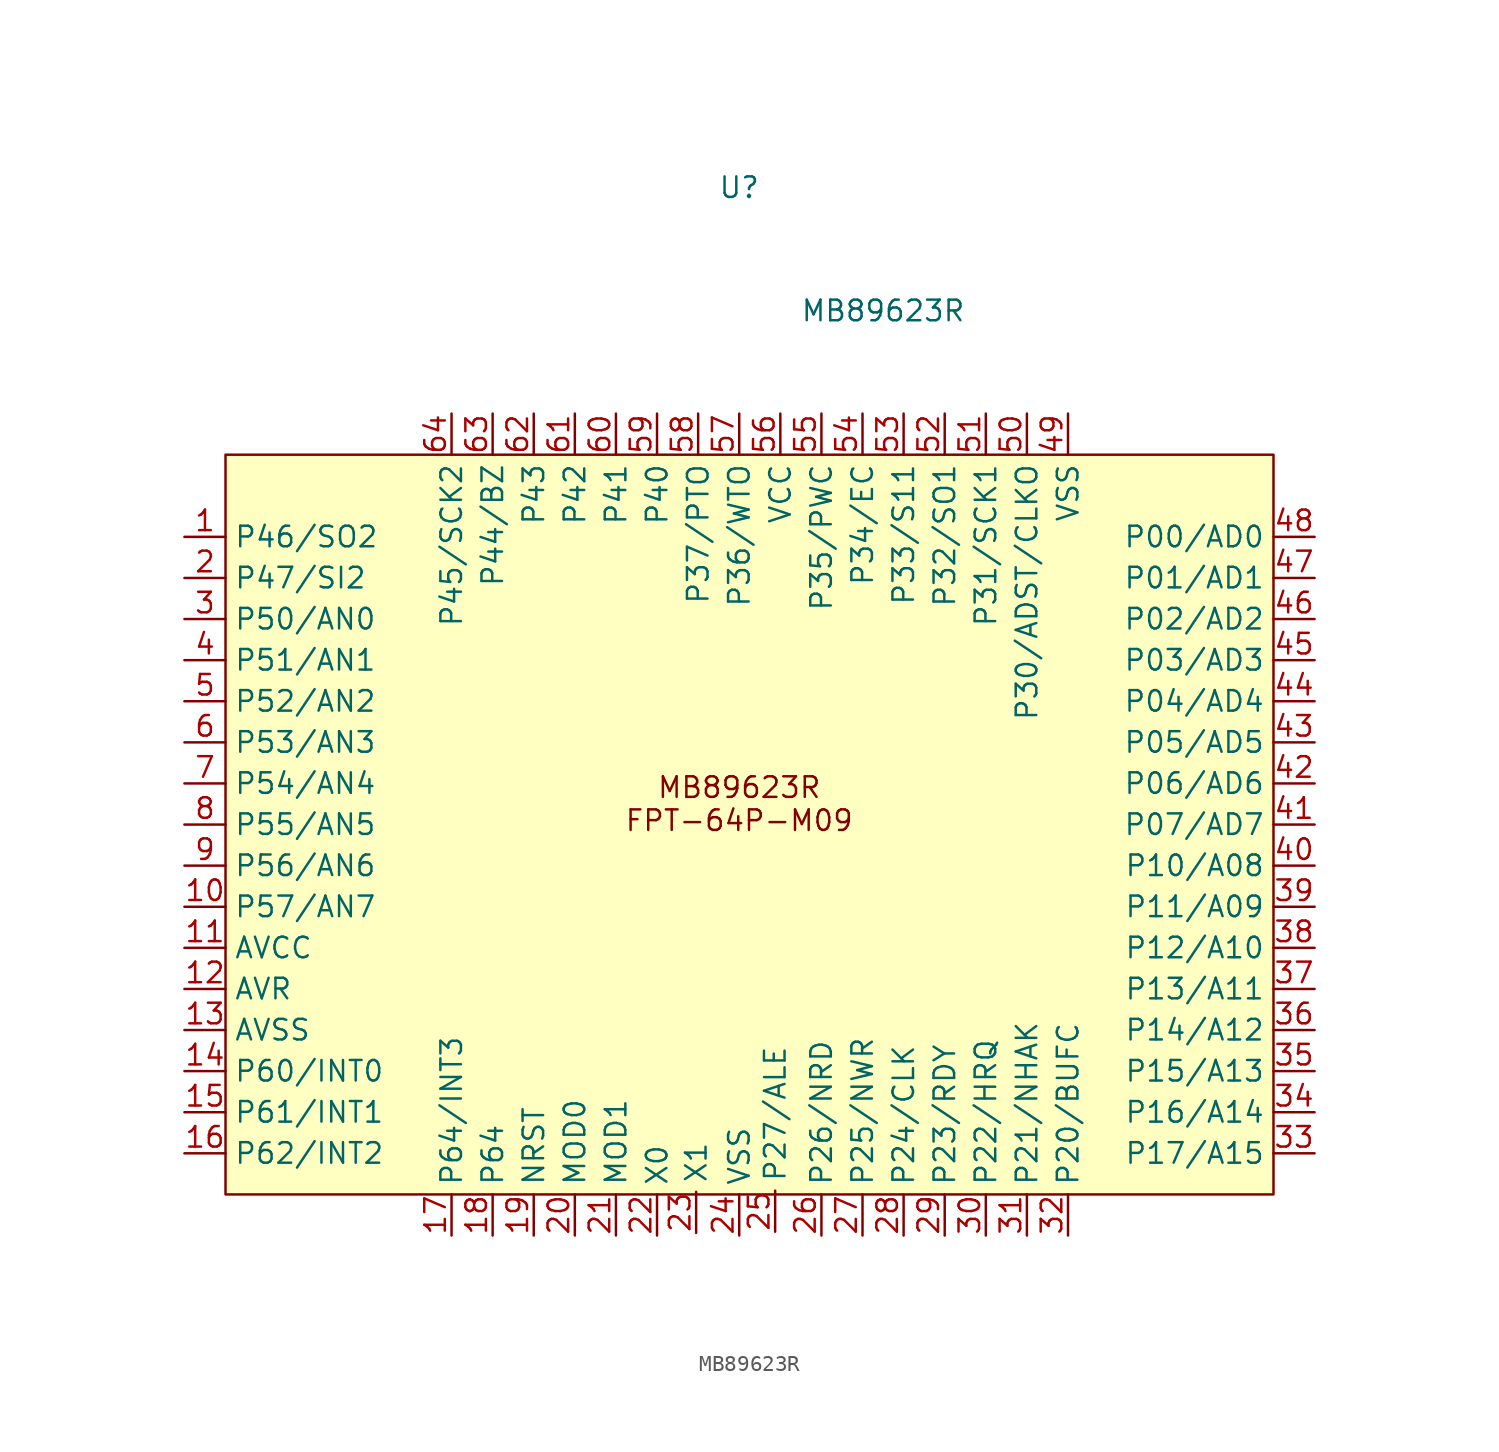
<source format=kicad_sym>
(kicad_symbol_lib
  (version 20220914)
  (generator kicad_symbol_editor)
  (symbol "MB89623R"
    (property "Reference" "U"
      (at 0 3.81 0)
      (effects (font (size 1.27 1.27))))
    (property "Value" "MB89623R"
      (at 8.89 -3.81 0)
      (effects (font (size 1.27 1.27))))
    (symbol "MB89623R_1_1"
      (rectangle (start -31.75 -12.7) (end 33.02 -58.42) (stroke (width 0) (type default)) (fill (type background)))
      (text "MB89623R\nFPT-64P-M09" (at 0 -34.29 0) (effects (font (size 1.27 1.27))))
      (pin bidirectional line (at -34.29 -17.78 0) (length 2.54) (name "P46/SO2" (effects (font (size 1.27 1.27)))) (number "1" (effects (font (size 1.27 1.27)))))
      (pin bidirectional line (at -34.29 -40.64 0) (length 2.54) (name "P57/AN7" (effects (font (size 1.27 1.27)))) (number "10" (effects (font (size 1.27 1.27)))))
      (pin bidirectional line (at -34.29 -43.18 0) (length 2.54) (name "AVCC" (effects (font (size 1.27 1.27)))) (number "11" (effects (font (size 1.27 1.27)))))
      (pin bidirectional line (at -34.29 -45.72 0) (length 2.54) (name "AVR" (effects (font (size 1.27 1.27)))) (number "12" (effects (font (size 1.27 1.27)))))
      (pin bidirectional line (at -34.29 -48.26 0) (length 2.54) (name "AVSS" (effects (font (size 1.27 1.27)))) (number "13" (effects (font (size 1.27 1.27)))))
      (pin bidirectional line (at -34.29 -50.8 0) (length 2.54) (name "P60/INT0" (effects (font (size 1.27 1.27)))) (number "14" (effects (font (size 1.27 1.27)))))
      (pin bidirectional line (at -34.29 -53.34 0) (length 2.54) (name "P61/INT1" (effects (font (size 1.27 1.27)))) (number "15" (effects (font (size 1.27 1.27)))))
      (pin bidirectional line (at -34.29 -55.88 0) (length 2.54) (name "P62/INT2" (effects (font (size 1.27 1.27)))) (number "16" (effects (font (size 1.27 1.27)))))
      (pin bidirectional line (at -17.78 -60.96 90) (length 2.54) (name "P64/INT3" (effects (font (size 1.27 1.27)))) (number "17" (effects (font (size 1.27 1.27)))))
      (pin bidirectional line (at -15.24 -60.96 90) (length 2.54) (name "P64" (effects (font (size 1.27 1.27)))) (number "18" (effects (font (size 1.27 1.27)))))
      (pin bidirectional line (at -12.7 -60.96 90) (length 2.54) (name "NRST" (effects (font (size 1.27 1.27)))) (number "19" (effects (font (size 1.27 1.27)))))
      (pin bidirectional line (at -34.29 -20.32 0) (length 2.54) (name "P47/SI2" (effects (font (size 1.27 1.27)))) (number "2" (effects (font (size 1.27 1.27)))))
      (pin bidirectional line (at -10.16 -60.96 90) (length 2.54) (name "MOD0" (effects (font (size 1.27 1.27)))) (number "20" (effects (font (size 1.27 1.27)))))
      (pin bidirectional line (at -7.62 -60.96 90) (length 2.54) (name "MOD1" (effects (font (size 1.27 1.27)))) (number "21" (effects (font (size 1.27 1.27)))))
      (pin bidirectional line (at -5.08 -60.96 90) (length 2.54) (name "X0" (effects (font (size 1.27 1.27)))) (number "22" (effects (font (size 1.27 1.27)))))
      (pin bidirectional line (at -2.663 -60.8 90) (length 2.54) (name "X1" (effects (font (size 1.27 1.27)))) (number "23" (effects (font (size 1.27 1.27)))))
      (pin bidirectional line (at 0 -60.96 90) (length 2.54) (name "VSS" (effects (font (size 1.27 1.27)))) (number "24" (effects (font (size 1.27 1.27)))))
      (pin bidirectional line (at 2.22 -60.726 90) (length 2.54) (name "P27/ALE" (effects (font (size 1.27 1.27)))) (number "25" (effects (font (size 1.27 1.27)))))
      (pin bidirectional line (at 5.08 -60.96 90) (length 2.54) (name "P26/NRD" (effects (font (size 1.27 1.27)))) (number "26" (effects (font (size 1.27 1.27)))))
      (pin bidirectional line (at 7.62 -60.96 90) (length 2.54) (name "P25/NWR" (effects (font (size 1.27 1.27)))) (number "27" (effects (font (size 1.27 1.27)))))
      (pin bidirectional line (at 10.16 -60.96 90) (length 2.54) (name "P24/CLK" (effects (font (size 1.27 1.27)))) (number "28" (effects (font (size 1.27 1.27)))))
      (pin bidirectional line (at 12.7 -60.96 90) (length 2.54) (name "P23/RDY" (effects (font (size 1.27 1.27)))) (number "29" (effects (font (size 1.27 1.27)))))
      (pin bidirectional line (at -34.29 -22.86 0) (length 2.54) (name "P50/AN0" (effects (font (size 1.27 1.27)))) (number "3" (effects (font (size 1.27 1.27)))))
      (pin bidirectional line (at 15.24 -60.96 90) (length 2.54) (name "P22/HRQ" (effects (font (size 1.27 1.27)))) (number "30" (effects (font (size 1.27 1.27)))))
      (pin bidirectional line (at 17.78 -60.96 90) (length 2.54) (name "P21/NHAK" (effects (font (size 1.27 1.27)))) (number "31" (effects (font (size 1.27 1.27)))))
      (pin bidirectional line (at 20.32 -60.96 90) (length 2.54) (name "P20/BUFC" (effects (font (size 1.27 1.27)))) (number "32" (effects (font (size 1.27 1.27)))))
      (pin bidirectional line (at 35.56 -55.88 180) (length 2.54) (name "P17/A15" (effects (font (size 1.27 1.27)))) (number "33" (effects (font (size 1.27 1.27)))))
      (pin bidirectional line (at 35.56 -53.34 180) (length 2.54) (name "P16/A14" (effects (font (size 1.27 1.27)))) (number "34" (effects (font (size 1.27 1.27)))))
      (pin bidirectional line (at 35.56 -50.8 180) (length 2.54) (name "P15/A13" (effects (font (size 1.27 1.27)))) (number "35" (effects (font (size 1.27 1.27)))))
      (pin bidirectional line (at 35.56 -48.26 180) (length 2.54) (name "P14/A12" (effects (font (size 1.27 1.27)))) (number "36" (effects (font (size 1.27 1.27)))))
      (pin bidirectional line (at 35.56 -45.72 180) (length 2.54) (name "P13/A11" (effects (font (size 1.27 1.27)))) (number "37" (effects (font (size 1.27 1.27)))))
      (pin bidirectional line (at 35.56 -43.18 180) (length 2.54) (name "P12/A10" (effects (font (size 1.27 1.27)))) (number "38" (effects (font (size 1.27 1.27)))))
      (pin bidirectional line (at 35.56 -40.64 180) (length 2.54) (name "P11/A09" (effects (font (size 1.27 1.27)))) (number "39" (effects (font (size 1.27 1.27)))))
      (pin bidirectional line (at -34.29 -25.4 0) (length 2.54) (name "P51/AN1" (effects (font (size 1.27 1.27)))) (number "4" (effects (font (size 1.27 1.27)))))
      (pin bidirectional line (at 35.56 -38.1 180) (length 2.54) (name "P10/A08" (effects (font (size 1.27 1.27)))) (number "40" (effects (font (size 1.27 1.27)))))
      (pin bidirectional line (at 35.56 -35.56 180) (length 2.54) (name "P07/AD7" (effects (font (size 1.27 1.27)))) (number "41" (effects (font (size 1.27 1.27)))))
      (pin bidirectional line (at 35.56 -33.02 180) (length 2.54) (name "P06/AD6" (effects (font (size 1.27 1.27)))) (number "42" (effects (font (size 1.27 1.27)))))
      (pin bidirectional line (at 35.56 -30.48 180) (length 2.54) (name "P05/AD5" (effects (font (size 1.27 1.27)))) (number "43" (effects (font (size 1.27 1.27)))))
      (pin bidirectional line (at 35.56 -27.94 180) (length 2.54) (name "P04/AD4" (effects (font (size 1.27 1.27)))) (number "44" (effects (font (size 1.27 1.27)))))
      (pin bidirectional line (at 35.56 -25.4 180) (length 2.54) (name "P03/AD3" (effects (font (size 1.27 1.27)))) (number "45" (effects (font (size 1.27 1.27)))))
      (pin bidirectional line (at 35.56 -22.86 180) (length 2.54) (name "P02/AD2" (effects (font (size 1.27 1.27)))) (number "46" (effects (font (size 1.27 1.27)))))
      (pin bidirectional line (at 35.56 -20.32 180) (length 2.54) (name "P01/AD1" (effects (font (size 1.27 1.27)))) (number "47" (effects (font (size 1.27 1.27)))))
      (pin bidirectional line (at 35.56 -17.78 180) (length 2.54) (name "P00/AD0" (effects (font (size 1.27 1.27)))) (number "48" (effects (font (size 1.27 1.27)))))
      (pin bidirectional line (at 20.32 -10.16 270) (length 2.54) (name "VSS" (effects (font (size 1.27 1.27)))) (number "49" (effects (font (size 1.27 1.27)))))
      (pin bidirectional line (at -34.29 -27.94 0) (length 2.54) (name "P52/AN2" (effects (font (size 1.27 1.27)))) (number "5" (effects (font (size 1.27 1.27)))))
      (pin bidirectional line (at 17.78 -10.16 270) (length 2.54) (name "P30/ADST/CLKO" (effects (font (size 1.27 1.27)))) (number "50" (effects (font (size 1.27 1.27)))))
      (pin bidirectional line (at 15.24 -10.16 270) (length 2.54) (name "P31/SCK1" (effects (font (size 1.27 1.27)))) (number "51" (effects (font (size 1.27 1.27)))))
      (pin bidirectional line (at 12.7 -10.16 270) (length 2.54) (name "P32/SO1" (effects (font (size 1.27 1.27)))) (number "52" (effects (font (size 1.27 1.27)))))
      (pin bidirectional line (at 10.16 -10.16 270) (length 2.54) (name "P33/S11" (effects (font (size 1.27 1.27)))) (number "53" (effects (font (size 1.27 1.27)))))
      (pin bidirectional line (at 7.62 -10.16 270) (length 2.54) (name "P34/EC" (effects (font (size 1.27 1.27)))) (number "54" (effects (font (size 1.27 1.27)))))
      (pin bidirectional line (at 5.08 -10.16 270) (length 2.54) (name "P35/PWC" (effects (font (size 1.27 1.27)))) (number "55" (effects (font (size 1.27 1.27)))))
      (pin bidirectional line (at 2.54 -10.16 270) (length 2.54) (name "VCC" (effects (font (size 1.27 1.27)))) (number "56" (effects (font (size 1.27 1.27)))))
      (pin bidirectional line (at 0 -10.16 270) (length 2.54) (name "P36/WTO" (effects (font (size 1.27 1.27)))) (number "57" (effects (font (size 1.27 1.27)))))
      (pin bidirectional line (at -2.54 -10.16 270) (length 2.54) (name "P37/PTO" (effects (font (size 1.27 1.27)))) (number "58" (effects (font (size 1.27 1.27)))))
      (pin bidirectional line (at -5.08 -10.16 270) (length 2.54) (name "P40" (effects (font (size 1.27 1.27)))) (number "59" (effects (font (size 1.27 1.27)))))
      (pin bidirectional line (at -34.29 -30.48 0) (length 2.54) (name "P53/AN3" (effects (font (size 1.27 1.27)))) (number "6" (effects (font (size 1.27 1.27)))))
      (pin bidirectional line (at -7.62 -10.16 270) (length 2.54) (name "P41" (effects (font (size 1.27 1.27)))) (number "60" (effects (font (size 1.27 1.27)))))
      (pin bidirectional line (at -10.16 -10.16 270) (length 2.54) (name "P42" (effects (font (size 1.27 1.27)))) (number "61" (effects (font (size 1.27 1.27)))))
      (pin bidirectional line (at -12.7 -10.16 270) (length 2.54) (name "P43" (effects (font (size 1.27 1.27)))) (number "62" (effects (font (size 1.27 1.27)))))
      (pin bidirectional line (at -15.24 -10.16 270) (length 2.54) (name "P44/BZ" (effects (font (size 1.27 1.27)))) (number "63" (effects (font (size 1.27 1.27)))))
      (pin bidirectional line (at -17.78 -10.16 270) (length 2.54) (name "P45/SCK2" (effects (font (size 1.27 1.27)))) (number "64" (effects (font (size 1.27 1.27)))))
      (pin bidirectional line (at -34.29 -33.02 0) (length 2.54) (name "P54/AN4" (effects (font (size 1.27 1.27)))) (number "7" (effects (font (size 1.27 1.27)))))
      (pin bidirectional line (at -34.29 -35.56 0) (length 2.54) (name "P55/AN5" (effects (font (size 1.27 1.27)))) (number "8" (effects (font (size 1.27 1.27)))))
      (pin bidirectional line (at -34.29 -38.1 0) (length 2.54) (name "P56/AN6" (effects (font (size 1.27 1.27)))) (number "9" (effects (font (size 1.27 1.27))))))))
</source>
